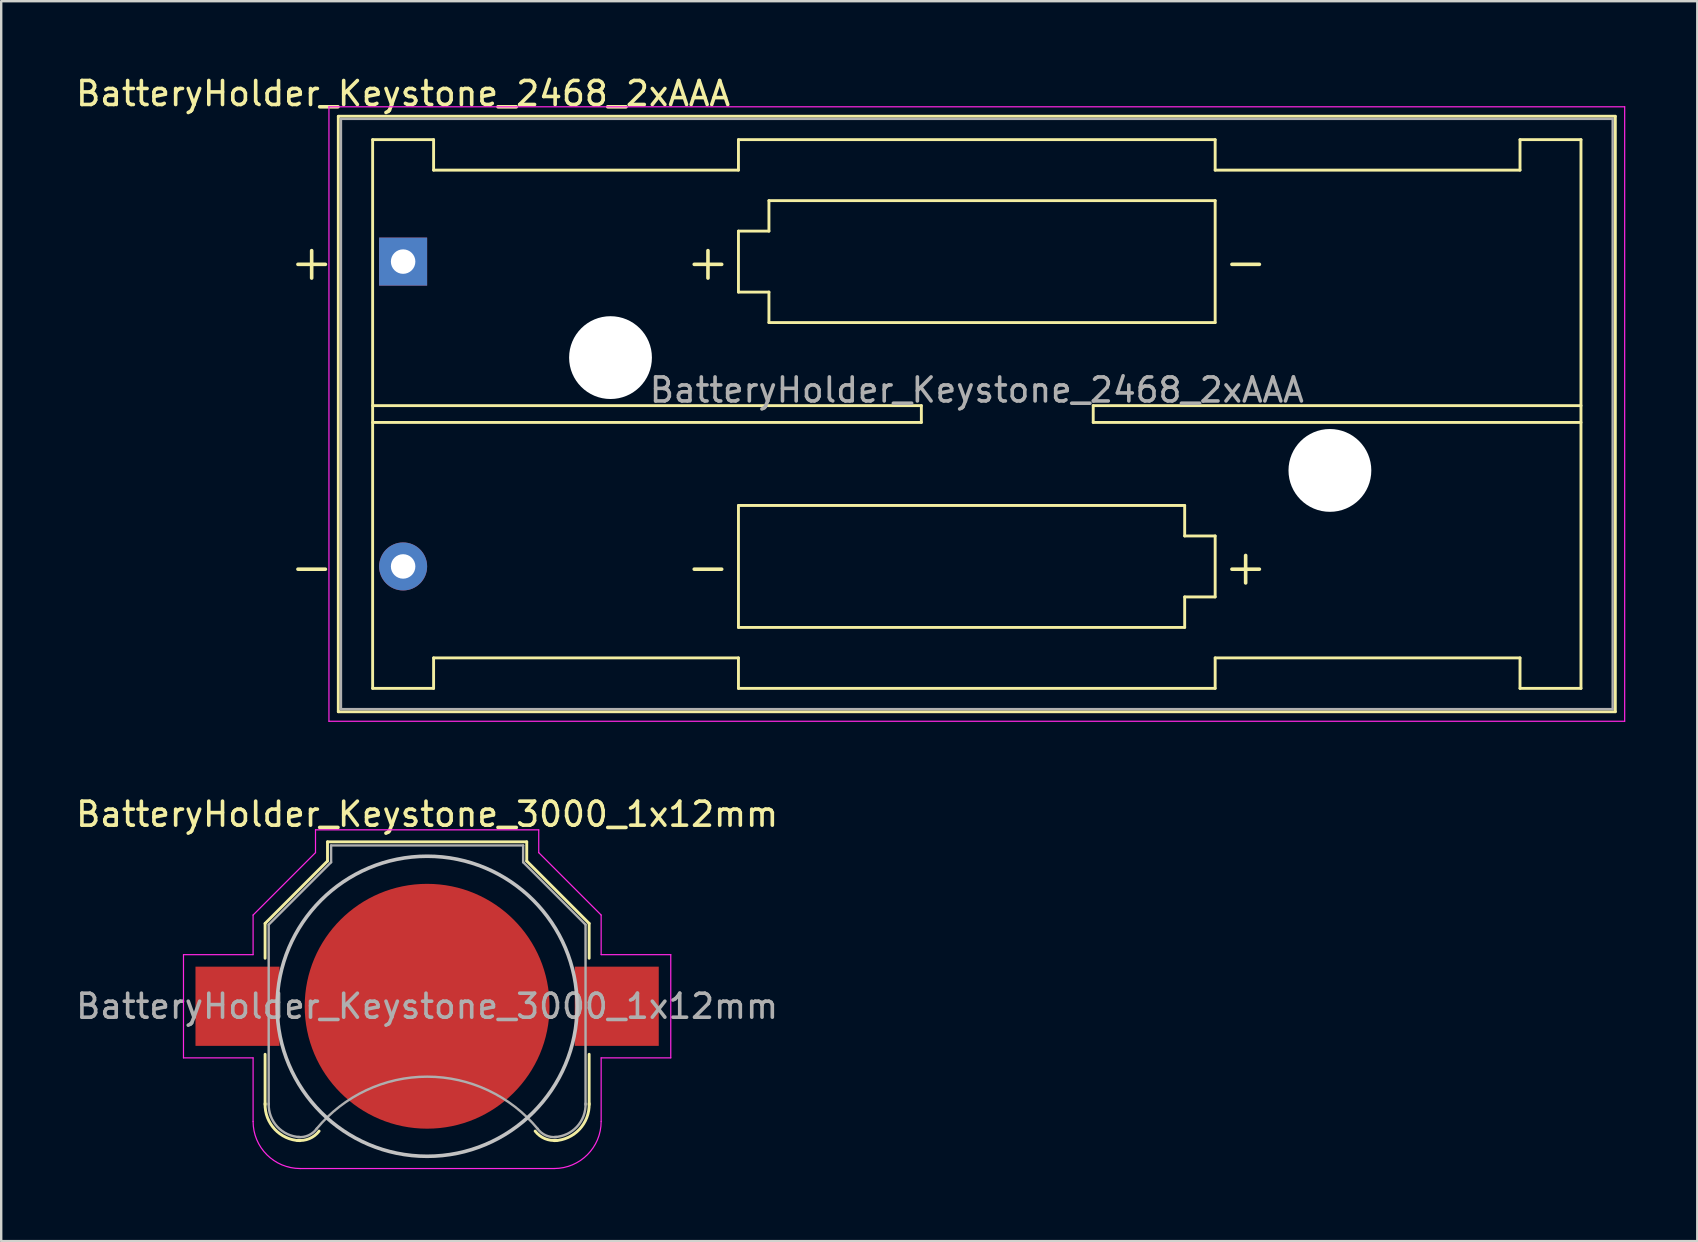
<source format=kicad_pcb>
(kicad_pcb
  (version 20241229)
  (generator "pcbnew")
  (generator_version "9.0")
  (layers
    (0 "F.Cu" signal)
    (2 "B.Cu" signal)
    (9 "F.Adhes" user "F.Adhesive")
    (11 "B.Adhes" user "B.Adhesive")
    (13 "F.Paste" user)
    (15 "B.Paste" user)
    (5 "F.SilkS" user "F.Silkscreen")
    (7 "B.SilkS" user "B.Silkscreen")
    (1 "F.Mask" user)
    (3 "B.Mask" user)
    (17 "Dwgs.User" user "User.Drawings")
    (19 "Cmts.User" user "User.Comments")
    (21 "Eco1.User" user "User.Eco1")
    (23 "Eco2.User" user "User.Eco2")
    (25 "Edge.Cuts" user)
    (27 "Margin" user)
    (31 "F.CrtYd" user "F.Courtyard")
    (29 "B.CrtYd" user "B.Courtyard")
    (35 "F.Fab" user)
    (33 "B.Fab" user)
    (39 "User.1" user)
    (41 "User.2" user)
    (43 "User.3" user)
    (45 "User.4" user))
  (footprint "BatteryHolder_Keystone_3000_1x12mm"
    (layer "F.Cu")
    (at 14.744 38.871)
    (property "Reference" "BatteryHolder_Keystone_3000_1x12mm" (at 0 -8 0) (layer "F.SilkS") (effects (font (size 1 1) (thickness 0.15))))
    (attr smd)
    (fp_line (start -6.75 -3.45) (end -4.15 -6.05) (stroke (width 0.12) (type solid)) (layer "F.SilkS"))
    (fp_line (start -6.75 -2) (end -6.75 -3.45) (stroke (width 0.12) (type solid)) (layer "F.SilkS"))
    (fp_line (start -6.75 2) (end -6.75 4.1) (stroke (width 0.12) (type solid)) (layer "F.SilkS"))
    (fp_line (start -4.15 -6.85) (end 4.15 -6.85) (stroke (width 0.12) (type solid)) (layer "F.SilkS"))
    (fp_line (start -4.15 -6.05) (end -4.15 -6.85) (stroke (width 0.12) (type solid)) (layer "F.SilkS"))
    (fp_line (start 4.15 -6.85) (end 4.15 -6.05) (stroke (width 0.12) (type solid)) (layer "F.SilkS"))
    (fp_line (start 4.15 -6.05) (end 6.75 -3.45) (stroke (width 0.12) (type solid)) (layer "F.SilkS"))
    (fp_line (start 6.75 -3.45) (end 6.75 -2) (stroke (width 0.12) (type solid)) (layer "F.SilkS"))
    (fp_line (start 6.75 2) (end 6.75 4.1) (stroke (width 0.12) (type solid)) (layer "F.SilkS"))
    (fp_arc (start -5.3 5.6) (mid -6.346016 5.125305) (end -6.75 4.05) (stroke (width 0.12) (type solid)) (layer "F.SilkS"))
    (fp_arc (start -4.5 5.2) (mid -4.90584 5.514615) (end -5.414615 5.58416) (stroke (width 0.12) (type solid)) (layer "F.SilkS"))
    (fp_arc (start 5.414615 5.58416) (mid 4.90584 5.514615) (end 4.5 5.2) (stroke (width 0.12) (type solid)) (layer "F.SilkS"))
    (fp_arc (start 6.75 4.05) (mid 6.346016 5.125305) (end 5.3 5.6) (stroke (width 0.12) (type solid)) (layer "F.SilkS"))
    (fp_circle (center 0 0) (end 0 6.25) (stroke (width 0.15) (type solid)) (fill no) (layer "Dwgs.User"))
    (fp_line (start -10.15 -2.15) (end -10.15 2.15) (stroke (width 0.05) (type solid)) (layer "F.CrtYd"))
    (fp_line (start -10.15 2.15) (end -7.25 2.15) (stroke (width 0.05) (type solid)) (layer "F.CrtYd"))
    (fp_line (start -7.25 -3.8) (end -4.65 -6.4) (stroke (width 0.05) (type solid)) (layer "F.CrtYd"))
    (fp_line (start -7.25 -2.15) (end -10.15 -2.15) (stroke (width 0.05) (type solid)) (layer "F.CrtYd"))
    (fp_line (start -7.25 -2.15) (end -7.25 -3.8) (stroke (width 0.05) (type solid)) (layer "F.CrtYd"))
    (fp_line (start -7.25 2.15) (end -7.25 4.8) (stroke (width 0.05) (type solid)) (layer "F.CrtYd"))
    (fp_line (start -5.29 6.76) (end 5.29 6.76) (stroke (width 0.05) (type solid)) (layer "F.CrtYd"))
    (fp_line (start -4.65 -7.35) (end 4.65 -7.35) (stroke (width 0.05) (type solid)) (layer "F.CrtYd"))
    (fp_line (start -4.65 -6.4) (end -4.65 -7.35) (stroke (width 0.05) (type solid)) (layer "F.CrtYd"))
    (fp_line (start 4.65 -6.4) (end 4.65 -7.35) (stroke (width 0.05) (type solid)) (layer "F.CrtYd"))
    (fp_line (start 7.25 -3.8) (end 4.65 -6.4) (stroke (width 0.05) (type solid)) (layer "F.CrtYd"))
    (fp_line (start 7.25 -2.15) (end 7.25 -3.8) (stroke (width 0.05) (type solid)) (layer "F.CrtYd"))
    (fp_line (start 7.25 -2.15) (end 10.15 -2.15) (stroke (width 0.05) (type solid)) (layer "F.CrtYd"))
    (fp_line (start 7.25 2.15) (end 7.25 4.8) (stroke (width 0.05) (type solid)) (layer "F.CrtYd"))
    (fp_line (start 10.15 -2.15) (end 10.15 2.15) (stroke (width 0.05) (type solid)) (layer "F.CrtYd"))
    (fp_line (start 10.15 2.15) (end 7.25 2.15) (stroke (width 0.05) (type solid)) (layer "F.CrtYd"))
    (fp_arc (start -5.29 6.76) (mid -6.675929 6.185929) (end -7.25 4.8) (stroke (width 0.05) (type solid)) (layer "F.CrtYd"))
    (fp_arc (start 7.25 4.8) (mid 6.675929 6.185929) (end 5.29 6.76) (stroke (width 0.05) (type solid)) (layer "F.CrtYd"))
    (fp_line (start -6.6 -3.4) (end -6.6 4.1) (stroke (width 0.1) (type solid)) (layer "F.Fab"))
    (fp_line (start -4 -6.7) (end -4 -6) (stroke (width 0.1) (type solid)) (layer "F.Fab"))
    (fp_line (start -4 -6.7) (end 4 -6.7) (stroke (width 0.1) (type solid)) (layer "F.Fab"))
    (fp_line (start -4 -6) (end -6.6 -3.4) (stroke (width 0.1) (type solid)) (layer "F.Fab"))
    (fp_line (start 4 -6.7) (end 4 -6) (stroke (width 0.1) (type solid)) (layer "F.Fab"))
    (fp_line (start 4 -6) (end 6.6 -3.4) (stroke (width 0.1) (type solid)) (layer "F.Fab"))
    (fp_line (start 6.6 -3.4) (end 6.6 4.1) (stroke (width 0.1) (type solid)) (layer "F.Fab"))
    (fp_arc (start -5.3 5.45) (mid -6.239949 5.019239) (end -6.6 4.05) (stroke (width 0.1) (type solid)) (layer "F.Fab"))
    (fp_arc (start -4.6 5.1) (mid -4.942443 5.378013) (end -5.378013 5.447558) (stroke (width 0.1) (type solid)) (layer "F.Fab"))
    (fp_arc (start -4.6 5.1) (mid 0.006214 2.93343) (end 4.607905 5.109589) (stroke (width 0.1) (type solid)) (layer "F.Fab"))
    (fp_arc (start 5.378013 5.447558) (mid 4.942442 5.378013) (end 4.6 5.1) (stroke (width 0.1) (type solid)) (layer "F.Fab"))
    (fp_arc (start 6.6 4.05) (mid 6.239949 5.019239) (end 5.3 5.45) (stroke (width 0.1) (type solid)) (layer "F.Fab"))
    (fp_text user "${REFERENCE}" (at 0 0 0) (layer "F.Fab") (effects (font (size 1 1) (thickness 0.15))))
    (pad "1" smd rect (at -7.9 0) (size 3.5 3.3) (layers "F.Cu" "F.Mask" "F.Paste"))
    (pad "1" smd rect (at 7.9 0) (size 3.5 3.3) (layers "F.Cu" "F.Mask" "F.Paste"))
    (pad "2" smd circle (at 0 0) (size 10.2 10.2) (layers "F.Cu" "F.Mask")))
  (footprint "BatteryHolder_Keystone_2468_2xAAA"
    (layer "F.Cu")
    (at 13.744 7.848)
    (property "Reference" "BatteryHolder_Keystone_2468_2xAAA" (at 0 -7 0) (layer "F.SilkS") (effects (font (size 1 1) (thickness 0.15))))
    (attr through_hole)
    (fp_line (start -2.7 -6.05) (end -2.7 18.75) (stroke (width 0.12) (type solid)) (layer "F.SilkS"))
    (fp_line (start -2.7 18.755) (end 50.5 18.755) (stroke (width 0.12) (type solid)) (layer "F.SilkS"))
    (fp_line (start -1.27 -5.08) (end -1.27 17.78) (stroke (width 0.12) (type solid)) (layer "F.SilkS"))
    (fp_line (start -1.27 6) (end 21.59 6) (stroke (width 0.12) (type solid)) (layer "F.SilkS"))
    (fp_line (start -1.27 17.78) (end 1.27 17.78) (stroke (width 0.12) (type solid)) (layer "F.SilkS"))
    (fp_line (start 1.27 -5.08) (end -1.27 -5.08) (stroke (width 0.12) (type solid)) (layer "F.SilkS"))
    (fp_line (start 1.27 -3.81) (end 1.27 -5.08) (stroke (width 0.12) (type solid)) (layer "F.SilkS"))
    (fp_line (start 1.27 -3.81) (end 13.97 -3.81) (stroke (width 0.12) (type solid)) (layer "F.SilkS"))
    (fp_line (start 1.27 16.51) (end 13.97 16.51) (stroke (width 0.12) (type solid)) (layer "F.SilkS"))
    (fp_line (start 1.27 17.78) (end 1.27 16.51) (stroke (width 0.12) (type solid)) (layer "F.SilkS"))
    (fp_line (start 13.97 -5.08) (end 13.97 -3.81) (stroke (width 0.12) (type solid)) (layer "F.SilkS"))
    (fp_line (start 13.97 -1.27) (end 15.24 -1.27) (stroke (width 0.12) (type solid)) (layer "F.SilkS"))
    (fp_line (start 13.97 1.27) (end 13.97 -1.27) (stroke (width 0.12) (type solid)) (layer "F.SilkS"))
    (fp_line (start 13.97 10.16) (end 32.56 10.16) (stroke (width 0.12) (type solid)) (layer "F.SilkS"))
    (fp_line (start 13.97 15.24) (end 13.97 10.16) (stroke (width 0.12) (type solid)) (layer "F.SilkS"))
    (fp_line (start 13.97 16.51) (end 13.97 17.78) (stroke (width 0.12) (type solid)) (layer "F.SilkS"))
    (fp_line (start 13.97 17.78) (end 33.83 17.78) (stroke (width 0.12) (type solid)) (layer "F.SilkS"))
    (fp_line (start 15.24 -2.54) (end 33.83 -2.54) (stroke (width 0.12) (type solid)) (layer "F.SilkS"))
    (fp_line (start 15.24 -1.27) (end 15.24 -2.54) (stroke (width 0.12) (type solid)) (layer "F.SilkS"))
    (fp_line (start 15.24 1.27) (end 13.97 1.27) (stroke (width 0.12) (type solid)) (layer "F.SilkS"))
    (fp_line (start 15.24 2.54) (end 15.24 1.27) (stroke (width 0.12) (type solid)) (layer "F.SilkS"))
    (fp_line (start 21.59 6) (end 21.59 6.7) (stroke (width 0.12) (type solid)) (layer "F.SilkS"))
    (fp_line (start 21.59 6.7) (end -1.27 6.7) (stroke (width 0.12) (type solid)) (layer "F.SilkS"))
    (fp_line (start 28.75 6) (end 28.75 6.7) (stroke (width 0.12) (type solid)) (layer "F.SilkS"))
    (fp_line (start 28.75 6.7) (end 49.07 6.7) (stroke (width 0.12) (type solid)) (layer "F.SilkS"))
    (fp_line (start 32.56 10.16) (end 32.56 11.43) (stroke (width 0.12) (type solid)) (layer "F.SilkS"))
    (fp_line (start 32.56 11.43) (end 33.83 11.43) (stroke (width 0.12) (type solid)) (layer "F.SilkS"))
    (fp_line (start 32.56 13.97) (end 32.56 15.24) (stroke (width 0.12) (type solid)) (layer "F.SilkS"))
    (fp_line (start 32.56 15.24) (end 13.97 15.24) (stroke (width 0.12) (type solid)) (layer "F.SilkS"))
    (fp_line (start 33.83 -5.08) (end 13.97 -5.08) (stroke (width 0.12) (type solid)) (layer "F.SilkS"))
    (fp_line (start 33.83 -3.81) (end 33.83 -5.08) (stroke (width 0.12) (type solid)) (layer "F.SilkS"))
    (fp_line (start 33.83 -2.54) (end 33.83 2.54) (stroke (width 0.12) (type solid)) (layer "F.SilkS"))
    (fp_line (start 33.83 2.54) (end 15.24 2.54) (stroke (width 0.12) (type solid)) (layer "F.SilkS"))
    (fp_line (start 33.83 11.43) (end 33.83 13.97) (stroke (width 0.12) (type solid)) (layer "F.SilkS"))
    (fp_line (start 33.83 13.97) (end 32.56 13.97) (stroke (width 0.12) (type solid)) (layer "F.SilkS"))
    (fp_line (start 33.83 17.78) (end 33.83 16.51) (stroke (width 0.12) (type solid)) (layer "F.SilkS"))
    (fp_line (start 46.53 -5.08) (end 46.53 -3.81) (stroke (width 0.12) (type solid)) (layer "F.SilkS"))
    (fp_line (start 46.53 -3.81) (end 33.83 -3.81) (stroke (width 0.12) (type solid)) (layer "F.SilkS"))
    (fp_line (start 46.53 16.51) (end 33.83 16.51) (stroke (width 0.12) (type solid)) (layer "F.SilkS"))
    (fp_line (start 46.53 17.78) (end 46.53 16.51) (stroke (width 0.12) (type solid)) (layer "F.SilkS"))
    (fp_line (start 49.07 -5.08) (end 46.53 -5.08) (stroke (width 0.12) (type solid)) (layer "F.SilkS"))
    (fp_line (start 49.07 -5.08) (end 49.07 17.78) (stroke (width 0.12) (type solid)) (layer "F.SilkS"))
    (fp_line (start 49.07 6) (end 28.75 6) (stroke (width 0.12) (type solid)) (layer "F.SilkS"))
    (fp_line (start 49.07 17.78) (end 46.53 17.78) (stroke (width 0.12) (type solid)) (layer "F.SilkS"))
    (fp_line (start 50.5 -6.055) (end -2.7 -6.055) (stroke (width 0.12) (type solid)) (layer "F.SilkS"))
    (fp_line (start 50.5 18.75) (end 50.5 -6.05) (stroke (width 0.12) (type solid)) (layer "F.SilkS"))
    (fp_line (start -3.09 -6.45) (end -3.09 19.15) (stroke (width 0.05) (type solid)) (layer "F.CrtYd"))
    (fp_line (start -3.09 19.15) (end 50.89 19.15) (stroke (width 0.05) (type solid)) (layer "F.CrtYd"))
    (fp_line (start 50.89 -6.45) (end -3.09 -6.45) (stroke (width 0.05) (type solid)) (layer "F.CrtYd"))
    (fp_line (start 50.89 19.15) (end 50.89 -6.45) (stroke (width 0.05) (type solid)) (layer "F.CrtYd"))
    (fp_line (start -2.59 -5.945) (end 50.39 -5.945) (stroke (width 0.1) (type solid)) (layer "F.Fab"))
    (fp_line (start -2.59 18.645) (end -2.59 -5.945) (stroke (width 0.1) (type solid)) (layer "F.Fab"))
    (fp_line (start -2.59 18.645) (end 50.39 18.645) (stroke (width 0.1) (type solid)) (layer "F.Fab"))
    (fp_line (start 50.39 18.645) (end 50.39 -5.945) (stroke (width 0.1) (type solid)) (layer "F.Fab"))
    (fp_text user "-" (at 12.7 12.7 0) (layer "F.SilkS") (effects (font (size 1.5 1.5) (thickness 0.15))))
    (fp_text user "+" (at -3.81 0 0) (layer "F.SilkS") (effects (font (size 1.5 1.5) (thickness 0.15))))
    (fp_text user "-" (at -3.81 12.7 0) (layer "F.SilkS") (effects (font (size 1.5 1.5) (thickness 0.15))))
    (fp_text user "-" (at 35.1 0 0) (layer "F.SilkS") (effects (font (size 1.5 1.5) (thickness 0.15))))
    (fp_text user "+" (at 12.7 0 0) (layer "F.SilkS") (effects (font (size 1.5 1.5) (thickness 0.15))))
    (fp_text user "+" (at 35.1 12.7 0) (layer "F.SilkS") (effects (font (size 1.5 1.5) (thickness 0.15))))
    (fp_text user "${REFERENCE}" (at 23.9 5.35 0) (layer "F.Fab") (effects (font (size 1 1) (thickness 0.15))))
    (pad "" np_thru_hole circle (at 8.64 4) (size 3.45 3.45) (drill 3.45) (layers "*.Cu"))
    (pad "" np_thru_hole circle (at 38.61 8.7) (size 3.45 3.45) (drill 3.45) (layers "*.Cu" "*.Mask"))
    (pad "1" thru_hole rect (at 0 0) (size 2 2) (drill 1.02) (layers "*.Cu" "*.Mask"))
    (pad "2" thru_hole circle (at 0 12.7) (size 2 2) (drill 1.02) (layers "*.Cu" "*.Mask")))
  (gr_rect
    (start -3 -3)
    (end 67.659 48.657)
    (stroke (width 0.1) (type default))
    (fill no)
    (layer "Edge.Cuts")))
</source>
